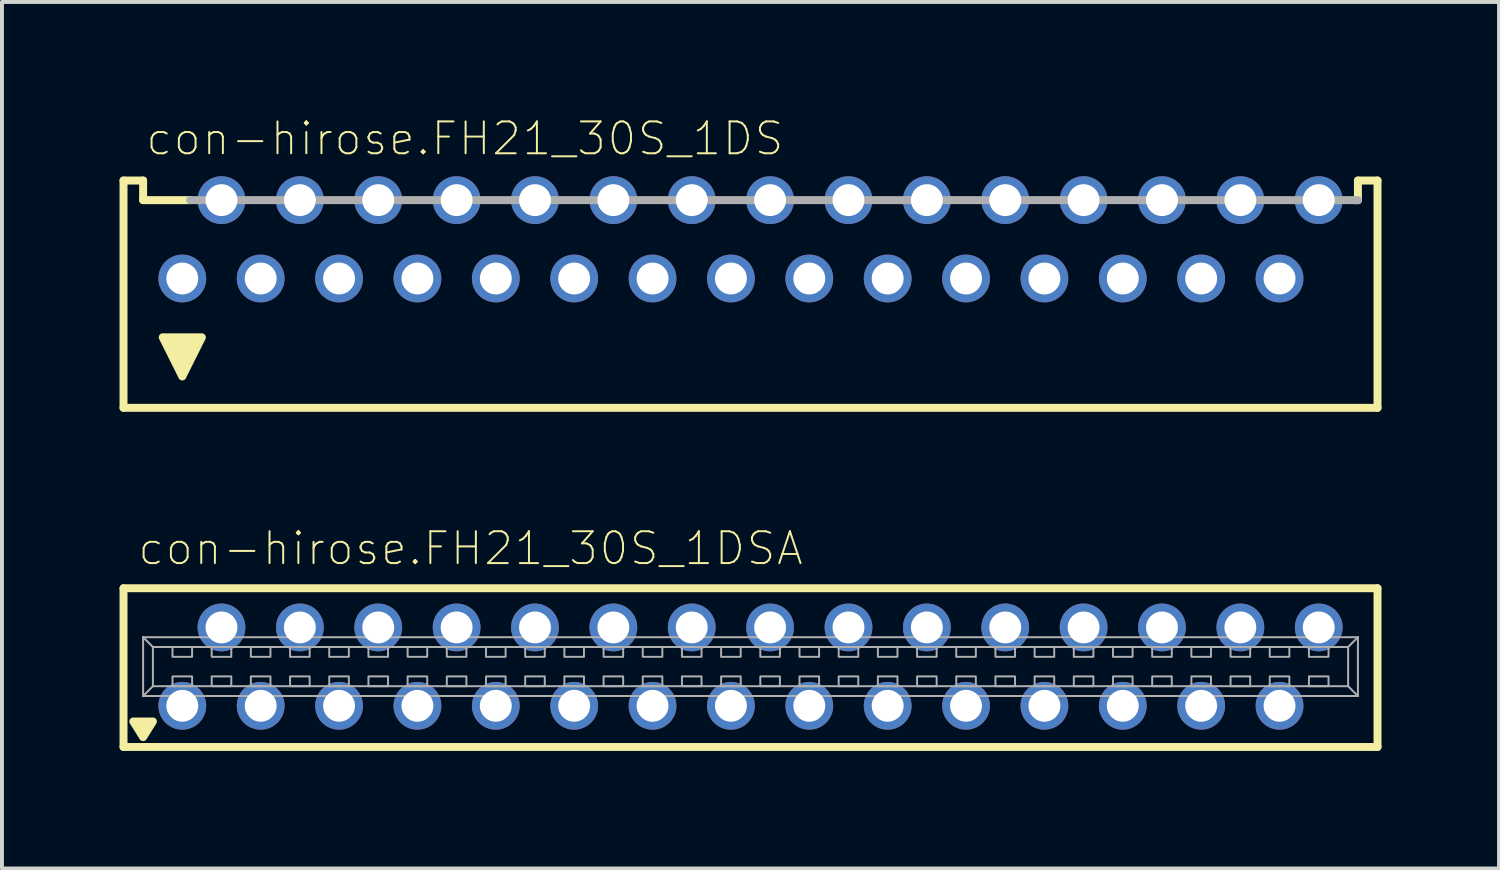
<source format=kicad_pcb>
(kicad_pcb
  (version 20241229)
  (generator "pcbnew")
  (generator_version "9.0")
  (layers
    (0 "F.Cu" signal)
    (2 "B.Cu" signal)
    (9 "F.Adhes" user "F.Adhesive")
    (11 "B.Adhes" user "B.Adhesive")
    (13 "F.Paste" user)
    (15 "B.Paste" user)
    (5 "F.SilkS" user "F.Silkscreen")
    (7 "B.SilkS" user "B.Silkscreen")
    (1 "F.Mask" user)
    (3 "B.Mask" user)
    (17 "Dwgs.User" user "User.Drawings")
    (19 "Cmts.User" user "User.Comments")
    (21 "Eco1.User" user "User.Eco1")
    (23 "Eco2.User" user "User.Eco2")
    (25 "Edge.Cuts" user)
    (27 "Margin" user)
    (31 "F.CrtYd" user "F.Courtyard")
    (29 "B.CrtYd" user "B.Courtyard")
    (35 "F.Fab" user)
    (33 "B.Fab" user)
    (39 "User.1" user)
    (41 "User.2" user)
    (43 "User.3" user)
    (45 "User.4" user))
  (footprint "con-hirose.FH21_30S_1DS"
    (layer "F.Cu")
    (at 16.102 4.057)
    (property "Reference" "con-hirose.FH21_30S_1DS" (at -15.472 -3.094 0) (layer "F.SilkS") (effects (font (size 0.813 0.813) (thickness 0.05)) (justify left bottom)))
    (attr through_hole)
    (fp_line (start -16 -2.5) (end -16 3.3) (stroke (width 0.203) (type default)) (layer "F.SilkS"))
    (fp_line (start -16 3.3) (end 16 3.3) (stroke (width 0.203) (type default)) (layer "F.SilkS"))
    (fp_line (start -15.5 -2.5) (end -16 -2.5) (stroke (width 0.203) (type default)) (layer "F.SilkS"))
    (fp_line (start -15.5 -2) (end -15.5 -2.5) (stroke (width 0.203) (type default)) (layer "F.SilkS"))
    (fp_line (start -15.5 -2) (end -14.3 -2) (stroke (width 0.203) (type default)) (layer "F.SilkS"))
    (fp_line (start 15.43 -2) (end 15.5 -2) (stroke (width 0.203) (type default)) (layer "F.SilkS"))
    (fp_line (start 15.5 -2.5) (end 16 -2.5) (stroke (width 0.203) (type default)) (layer "F.SilkS"))
    (fp_line (start 15.5 -2) (end 15.5 -2.5) (stroke (width 0.203) (type default)) (layer "F.SilkS"))
    (fp_line (start 16 -2.5) (end 16 3.3) (stroke (width 0.203) (type default)) (layer "F.SilkS"))
    (fp_poly (pts (xy -14.5 2.5) (xy -15 1.5) (xy -14 1.5)) (stroke (width 0.203) (type default)) (fill yes) (layer "F.SilkS"))
    (fp_line (start -14.3 -2) (end 15.5 -2) (stroke (width 0.203) (type default)) (layer "F.Fab"))
    (pad "1" thru_hole circle (at -14.5 0) (size 1.219 1.219) (drill 0.813) (layers "*.Cu" "*.Mask"))
    (pad "2" thru_hole circle (at -13.5 -2) (size 1.219 1.219) (drill 0.813) (layers "*.Cu" "*.Mask"))
    (pad "3" thru_hole circle (at -12.5 0) (size 1.219 1.219) (drill 0.813) (layers "*.Cu" "*.Mask"))
    (pad "4" thru_hole circle (at -11.5 -2) (size 1.219 1.219) (drill 0.813) (layers "*.Cu" "*.Mask"))
    (pad "5" thru_hole circle (at -10.5 0) (size 1.219 1.219) (drill 0.813) (layers "*.Cu" "*.Mask"))
    (pad "6" thru_hole circle (at -9.5 -2) (size 1.219 1.219) (drill 0.813) (layers "*.Cu" "*.Mask"))
    (pad "7" thru_hole circle (at -8.5 0) (size 1.219 1.219) (drill 0.813) (layers "*.Cu" "*.Mask"))
    (pad "8" thru_hole circle (at -7.5 -2) (size 1.219 1.219) (drill 0.813) (layers "*.Cu" "*.Mask"))
    (pad "9" thru_hole circle (at -6.5 0) (size 1.219 1.219) (drill 0.813) (layers "*.Cu" "*.Mask"))
    (pad "10" thru_hole circle (at -5.5 -2) (size 1.219 1.219) (drill 0.813) (layers "*.Cu" "*.Mask"))
    (pad "11" thru_hole circle (at -4.5 0) (size 1.219 1.219) (drill 0.813) (layers "*.Cu" "*.Mask"))
    (pad "12" thru_hole circle (at -3.5 -2) (size 1.219 1.219) (drill 0.813) (layers "*.Cu" "*.Mask"))
    (pad "13" thru_hole circle (at -2.5 0) (size 1.219 1.219) (drill 0.813) (layers "*.Cu" "*.Mask"))
    (pad "14" thru_hole circle (at -1.5 -2) (size 1.219 1.219) (drill 0.813) (layers "*.Cu" "*.Mask"))
    (pad "15" thru_hole circle (at -0.5 0) (size 1.219 1.219) (drill 0.813) (layers "*.Cu" "*.Mask"))
    (pad "16" thru_hole circle (at 0.5 -2) (size 1.219 1.219) (drill 0.813) (layers "*.Cu" "*.Mask"))
    (pad "17" thru_hole circle (at 1.5 0) (size 1.219 1.219) (drill 0.813) (layers "*.Cu" "*.Mask"))
    (pad "18" thru_hole circle (at 2.5 -2) (size 1.219 1.219) (drill 0.813) (layers "*.Cu" "*.Mask"))
    (pad "19" thru_hole circle (at 3.5 0) (size 1.219 1.219) (drill 0.813) (layers "*.Cu" "*.Mask"))
    (pad "20" thru_hole circle (at 4.5 -2) (size 1.219 1.219) (drill 0.813) (layers "*.Cu" "*.Mask"))
    (pad "21" thru_hole circle (at 5.5 0) (size 1.219 1.219) (drill 0.813) (layers "*.Cu" "*.Mask"))
    (pad "22" thru_hole circle (at 6.5 -2) (size 1.219 1.219) (drill 0.813) (layers "*.Cu" "*.Mask"))
    (pad "23" thru_hole circle (at 7.5 0) (size 1.219 1.219) (drill 0.813) (layers "*.Cu" "*.Mask"))
    (pad "24" thru_hole circle (at 8.5 -2) (size 1.219 1.219) (drill 0.813) (layers "*.Cu" "*.Mask"))
    (pad "25" thru_hole circle (at 9.5 0) (size 1.219 1.219) (drill 0.813) (layers "*.Cu" "*.Mask"))
    (pad "26" thru_hole circle (at 10.5 -2) (size 1.219 1.219) (drill 0.813) (layers "*.Cu" "*.Mask"))
    (pad "27" thru_hole circle (at 11.5 0) (size 1.219 1.219) (drill 0.813) (layers "*.Cu" "*.Mask"))
    (pad "28" thru_hole circle (at 12.5 -2) (size 1.219 1.219) (drill 0.813) (layers "*.Cu" "*.Mask"))
    (pad "29" thru_hole circle (at 13.5 0) (size 1.219 1.219) (drill 0.813) (layers "*.Cu" "*.Mask"))
    (pad "30" thru_hole circle (at 14.5 -2) (size 1.219 1.219) (drill 0.813) (layers "*.Cu" "*.Mask")))
  (footprint "con-hirose.FH21_30S_1DSA"
    (layer "F.Cu")
    (at 16.102 13.961)
    (property "Reference" "con-hirose.FH21_30S_1DSA" (at -15.675 -2.54 0) (layer "F.SilkS") (effects (font (size 0.813 0.813) (thickness 0.05)) (justify left bottom)))
    (attr through_hole)
    (fp_line (start -16 -2) (end -16 2.05) (stroke (width 0.203) (type default)) (layer "F.SilkS"))
    (fp_line (start -16 2.05) (end 16 2.05) (stroke (width 0.203) (type default)) (layer "F.SilkS"))
    (fp_line (start 16 -2) (end -16 -2) (stroke (width 0.203) (type default)) (layer "F.SilkS"))
    (fp_line (start 16 -2) (end 16 2.05) (stroke (width 0.203) (type default)) (layer "F.SilkS"))
    (fp_poly (pts (xy -15.5 1.8) (xy -15.75 1.4) (xy -15.25 1.4)) (stroke (width 0.203) (type default)) (fill yes) (layer "F.SilkS"))
    (fp_line (start -15.5 -0.75) (end 15.5 -0.75) (stroke (width 0.051) (type default)) (layer "F.Fab"))
    (fp_line (start -15.5 0.75) (end -15.5 -0.75) (stroke (width 0.051) (type default)) (layer "F.Fab"))
    (fp_line (start -15.25 -0.5) (end -15.5 -0.75) (stroke (width 0.051) (type default)) (layer "F.Fab"))
    (fp_line (start -15.25 -0.5) (end 15.25 -0.5) (stroke (width 0.051) (type default)) (layer "F.Fab"))
    (fp_line (start -15.25 0.5) (end -15.5 0.75) (stroke (width 0.051) (type default)) (layer "F.Fab"))
    (fp_line (start -15.25 0.5) (end -15.25 -0.5) (stroke (width 0.051) (type default)) (layer "F.Fab"))
    (fp_line (start 15.25 -0.5) (end 15.25 0.5) (stroke (width 0.051) (type default)) (layer "F.Fab"))
    (fp_line (start 15.25 -0.5) (end 15.5 -0.75) (stroke (width 0.051) (type default)) (layer "F.Fab"))
    (fp_line (start 15.25 0.5) (end -15.25 0.5) (stroke (width 0.051) (type default)) (layer "F.Fab"))
    (fp_line (start 15.25 0.5) (end 15.5 0.75) (stroke (width 0.051) (type default)) (layer "F.Fab"))
    (fp_line (start 15.5 -0.75) (end 15.5 0.75) (stroke (width 0.051) (type default)) (layer "F.Fab"))
    (fp_line (start 15.5 0.75) (end -15.5 0.75) (stroke (width 0.051) (type default)) (layer "F.Fab"))
    (fp_rect (start -14.75 -0.25) (end -14.25 -0.5) (stroke (width 0.05) (type default)) (fill no) (layer "F.Fab"))
    (fp_rect (start -14.75 0.5) (end -14.25 0.25) (stroke (width 0.05) (type default)) (fill no) (layer "F.Fab"))
    (fp_rect (start -13.75 -0.25) (end -13.25 -0.5) (stroke (width 0.05) (type default)) (fill no) (layer "F.Fab"))
    (fp_rect (start -13.75 0.5) (end -13.25 0.25) (stroke (width 0.05) (type default)) (fill no) (layer "F.Fab"))
    (fp_rect (start -12.75 -0.25) (end -12.25 -0.5) (stroke (width 0.05) (type default)) (fill no) (layer "F.Fab"))
    (fp_rect (start -12.75 0.5) (end -12.25 0.25) (stroke (width 0.05) (type default)) (fill no) (layer "F.Fab"))
    (fp_rect (start -11.75 -0.25) (end -11.25 -0.5) (stroke (width 0.05) (type default)) (fill no) (layer "F.Fab"))
    (fp_rect (start -11.75 0.5) (end -11.25 0.25) (stroke (width 0.05) (type default)) (fill no) (layer "F.Fab"))
    (fp_rect (start -10.75 -0.25) (end -10.25 -0.5) (stroke (width 0.05) (type default)) (fill no) (layer "F.Fab"))
    (fp_rect (start -10.75 0.5) (end -10.25 0.25) (stroke (width 0.05) (type default)) (fill no) (layer "F.Fab"))
    (fp_rect (start -9.75 -0.25) (end -9.25 -0.5) (stroke (width 0.05) (type default)) (fill no) (layer "F.Fab"))
    (fp_rect (start -9.75 0.5) (end -9.25 0.25) (stroke (width 0.05) (type default)) (fill no) (layer "F.Fab"))
    (fp_rect (start -8.75 -0.25) (end -8.25 -0.5) (stroke (width 0.05) (type default)) (fill no) (layer "F.Fab"))
    (fp_rect (start -8.75 0.5) (end -8.25 0.25) (stroke (width 0.05) (type default)) (fill no) (layer "F.Fab"))
    (fp_rect (start -7.75 -0.25) (end -7.25 -0.5) (stroke (width 0.05) (type default)) (fill no) (layer "F.Fab"))
    (fp_rect (start -7.75 0.5) (end -7.25 0.25) (stroke (width 0.05) (type default)) (fill no) (layer "F.Fab"))
    (fp_rect (start -6.75 -0.25) (end -6.25 -0.5) (stroke (width 0.05) (type default)) (fill no) (layer "F.Fab"))
    (fp_rect (start -6.75 0.5) (end -6.25 0.25) (stroke (width 0.05) (type default)) (fill no) (layer "F.Fab"))
    (fp_rect (start -5.75 -0.25) (end -5.25 -0.5) (stroke (width 0.05) (type default)) (fill no) (layer "F.Fab"))
    (fp_rect (start -5.75 0.5) (end -5.25 0.25) (stroke (width 0.05) (type default)) (fill no) (layer "F.Fab"))
    (fp_rect (start -4.75 -0.25) (end -4.25 -0.5) (stroke (width 0.05) (type default)) (fill no) (layer "F.Fab"))
    (fp_rect (start -4.75 0.5) (end -4.25 0.25) (stroke (width 0.05) (type default)) (fill no) (layer "F.Fab"))
    (fp_rect (start -3.75 -0.25) (end -3.25 -0.5) (stroke (width 0.05) (type default)) (fill no) (layer "F.Fab"))
    (fp_rect (start -3.75 0.5) (end -3.25 0.25) (stroke (width 0.05) (type default)) (fill no) (layer "F.Fab"))
    (fp_rect (start -2.75 -0.25) (end -2.25 -0.5) (stroke (width 0.05) (type default)) (fill no) (layer "F.Fab"))
    (fp_rect (start -2.75 0.5) (end -2.25 0.25) (stroke (width 0.05) (type default)) (fill no) (layer "F.Fab"))
    (fp_rect (start -1.75 -0.25) (end -1.25 -0.5) (stroke (width 0.05) (type default)) (fill no) (layer "F.Fab"))
    (fp_rect (start -1.75 0.5) (end -1.25 0.25) (stroke (width 0.05) (type default)) (fill no) (layer "F.Fab"))
    (fp_rect (start -0.75 -0.25) (end -0.25 -0.5) (stroke (width 0.05) (type default)) (fill no) (layer "F.Fab"))
    (fp_rect (start -0.75 0.5) (end -0.25 0.25) (stroke (width 0.05) (type default)) (fill no) (layer "F.Fab"))
    (fp_rect (start 0.25 -0.25) (end 0.75 -0.5) (stroke (width 0.05) (type default)) (fill no) (layer "F.Fab"))
    (fp_rect (start 0.25 0.5) (end 0.75 0.25) (stroke (width 0.05) (type default)) (fill no) (layer "F.Fab"))
    (fp_rect (start 1.25 -0.25) (end 1.75 -0.5) (stroke (width 0.05) (type default)) (fill no) (layer "F.Fab"))
    (fp_rect (start 1.25 0.5) (end 1.75 0.25) (stroke (width 0.05) (type default)) (fill no) (layer "F.Fab"))
    (fp_rect (start 2.25 -0.25) (end 2.75 -0.5) (stroke (width 0.05) (type default)) (fill no) (layer "F.Fab"))
    (fp_rect (start 2.25 0.5) (end 2.75 0.25) (stroke (width 0.05) (type default)) (fill no) (layer "F.Fab"))
    (fp_rect (start 3.25 -0.25) (end 3.75 -0.5) (stroke (width 0.05) (type default)) (fill no) (layer "F.Fab"))
    (fp_rect (start 3.25 0.5) (end 3.75 0.25) (stroke (width 0.05) (type default)) (fill no) (layer "F.Fab"))
    (fp_rect (start 4.25 -0.25) (end 4.75 -0.5) (stroke (width 0.05) (type default)) (fill no) (layer "F.Fab"))
    (fp_rect (start 4.25 0.5) (end 4.75 0.25) (stroke (width 0.05) (type default)) (fill no) (layer "F.Fab"))
    (fp_rect (start 5.25 -0.25) (end 5.75 -0.5) (stroke (width 0.05) (type default)) (fill no) (layer "F.Fab"))
    (fp_rect (start 5.25 0.5) (end 5.75 0.25) (stroke (width 0.05) (type default)) (fill no) (layer "F.Fab"))
    (fp_rect (start 6.25 -0.25) (end 6.75 -0.5) (stroke (width 0.05) (type default)) (fill no) (layer "F.Fab"))
    (fp_rect (start 6.25 0.5) (end 6.75 0.25) (stroke (width 0.05) (type default)) (fill no) (layer "F.Fab"))
    (fp_rect (start 7.25 -0.25) (end 7.75 -0.5) (stroke (width 0.05) (type default)) (fill no) (layer "F.Fab"))
    (fp_rect (start 7.25 0.5) (end 7.75 0.25) (stroke (width 0.05) (type default)) (fill no) (layer "F.Fab"))
    (fp_rect (start 8.25 -0.25) (end 8.75 -0.5) (stroke (width 0.05) (type default)) (fill no) (layer "F.Fab"))
    (fp_rect (start 8.25 0.5) (end 8.75 0.25) (stroke (width 0.05) (type default)) (fill no) (layer "F.Fab"))
    (fp_rect (start 9.25 -0.25) (end 9.75 -0.5) (stroke (width 0.05) (type default)) (fill no) (layer "F.Fab"))
    (fp_rect (start 9.25 0.5) (end 9.75 0.25) (stroke (width 0.05) (type default)) (fill no) (layer "F.Fab"))
    (fp_rect (start 10.25 -0.25) (end 10.75 -0.5) (stroke (width 0.05) (type default)) (fill no) (layer "F.Fab"))
    (fp_rect (start 10.25 0.5) (end 10.75 0.25) (stroke (width 0.05) (type default)) (fill no) (layer "F.Fab"))
    (fp_rect (start 11.25 -0.25) (end 11.75 -0.5) (stroke (width 0.05) (type default)) (fill no) (layer "F.Fab"))
    (fp_rect (start 11.25 0.5) (end 11.75 0.25) (stroke (width 0.05) (type default)) (fill no) (layer "F.Fab"))
    (fp_rect (start 12.25 -0.25) (end 12.75 -0.5) (stroke (width 0.05) (type default)) (fill no) (layer "F.Fab"))
    (fp_rect (start 12.25 0.5) (end 12.75 0.25) (stroke (width 0.05) (type default)) (fill no) (layer "F.Fab"))
    (fp_rect (start 13.25 -0.25) (end 13.75 -0.5) (stroke (width 0.05) (type default)) (fill no) (layer "F.Fab"))
    (fp_rect (start 13.25 0.5) (end 13.75 0.25) (stroke (width 0.05) (type default)) (fill no) (layer "F.Fab"))
    (fp_rect (start 14.25 -0.25) (end 14.75 -0.5) (stroke (width 0.05) (type default)) (fill no) (layer "F.Fab"))
    (fp_rect (start 14.25 0.5) (end 14.75 0.25) (stroke (width 0.05) (type default)) (fill no) (layer "F.Fab"))
    (pad "1" thru_hole circle (at -14.5 1) (size 1.219 1.219) (drill 0.813) (layers "*.Cu" "*.Mask"))
    (pad "2" thru_hole circle (at -13.5 -1) (size 1.219 1.219) (drill 0.813) (layers "*.Cu" "*.Mask"))
    (pad "3" thru_hole circle (at -12.5 1) (size 1.219 1.219) (drill 0.813) (layers "*.Cu" "*.Mask"))
    (pad "4" thru_hole circle (at -11.5 -1) (size 1.219 1.219) (drill 0.813) (layers "*.Cu" "*.Mask"))
    (pad "5" thru_hole circle (at -10.5 1) (size 1.219 1.219) (drill 0.813) (layers "*.Cu" "*.Mask"))
    (pad "6" thru_hole circle (at -9.5 -1) (size 1.219 1.219) (drill 0.813) (layers "*.Cu" "*.Mask"))
    (pad "7" thru_hole circle (at -8.5 1) (size 1.219 1.219) (drill 0.813) (layers "*.Cu" "*.Mask"))
    (pad "8" thru_hole circle (at -7.5 -1) (size 1.219 1.219) (drill 0.813) (layers "*.Cu" "*.Mask"))
    (pad "9" thru_hole circle (at -6.5 1) (size 1.219 1.219) (drill 0.813) (layers "*.Cu" "*.Mask"))
    (pad "10" thru_hole circle (at -5.5 -1) (size 1.219 1.219) (drill 0.813) (layers "*.Cu" "*.Mask"))
    (pad "11" thru_hole circle (at -4.5 1) (size 1.219 1.219) (drill 0.813) (layers "*.Cu" "*.Mask"))
    (pad "12" thru_hole circle (at -3.5 -1) (size 1.219 1.219) (drill 0.813) (layers "*.Cu" "*.Mask"))
    (pad "13" thru_hole circle (at -2.5 1) (size 1.219 1.219) (drill 0.813) (layers "*.Cu" "*.Mask"))
    (pad "14" thru_hole circle (at -1.5 -1) (size 1.219 1.219) (drill 0.813) (layers "*.Cu" "*.Mask"))
    (pad "15" thru_hole circle (at -0.5 1) (size 1.219 1.219) (drill 0.813) (layers "*.Cu" "*.Mask"))
    (pad "16" thru_hole circle (at 0.5 -1) (size 1.219 1.219) (drill 0.813) (layers "*.Cu" "*.Mask"))
    (pad "17" thru_hole circle (at 1.5 1) (size 1.219 1.219) (drill 0.813) (layers "*.Cu" "*.Mask"))
    (pad "18" thru_hole circle (at 2.5 -1) (size 1.219 1.219) (drill 0.813) (layers "*.Cu" "*.Mask"))
    (pad "19" thru_hole circle (at 3.5 1) (size 1.219 1.219) (drill 0.813) (layers "*.Cu" "*.Mask"))
    (pad "20" thru_hole circle (at 4.5 -1) (size 1.219 1.219) (drill 0.813) (layers "*.Cu" "*.Mask"))
    (pad "21" thru_hole circle (at 5.5 1) (size 1.219 1.219) (drill 0.813) (layers "*.Cu" "*.Mask"))
    (pad "22" thru_hole circle (at 6.5 -1) (size 1.219 1.219) (drill 0.813) (layers "*.Cu" "*.Mask"))
    (pad "23" thru_hole circle (at 7.5 1) (size 1.219 1.219) (drill 0.813) (layers "*.Cu" "*.Mask"))
    (pad "24" thru_hole circle (at 8.5 -1) (size 1.219 1.219) (drill 0.813) (layers "*.Cu" "*.Mask"))
    (pad "25" thru_hole circle (at 9.5 1) (size 1.219 1.219) (drill 0.813) (layers "*.Cu" "*.Mask"))
    (pad "26" thru_hole circle (at 10.5 -1) (size 1.219 1.219) (drill 0.813) (layers "*.Cu" "*.Mask"))
    (pad "27" thru_hole circle (at 11.5 1) (size 1.219 1.219) (drill 0.813) (layers "*.Cu" "*.Mask"))
    (pad "28" thru_hole circle (at 12.5 -1) (size 1.219 1.219) (drill 0.813) (layers "*.Cu" "*.Mask"))
    (pad "29" thru_hole circle (at 13.5 1) (size 1.219 1.219) (drill 0.813) (layers "*.Cu" "*.Mask"))
    (pad "30" thru_hole circle (at 14.5 -1) (size 1.219 1.219) (drill 0.813) (layers "*.Cu" "*.Mask")))
  (gr_rect
    (start -3 -3)
    (end 35.203 19.113)
    (stroke (width 0.1) (type default))
    (fill no)
    (layer "Edge.Cuts")))
</source>
